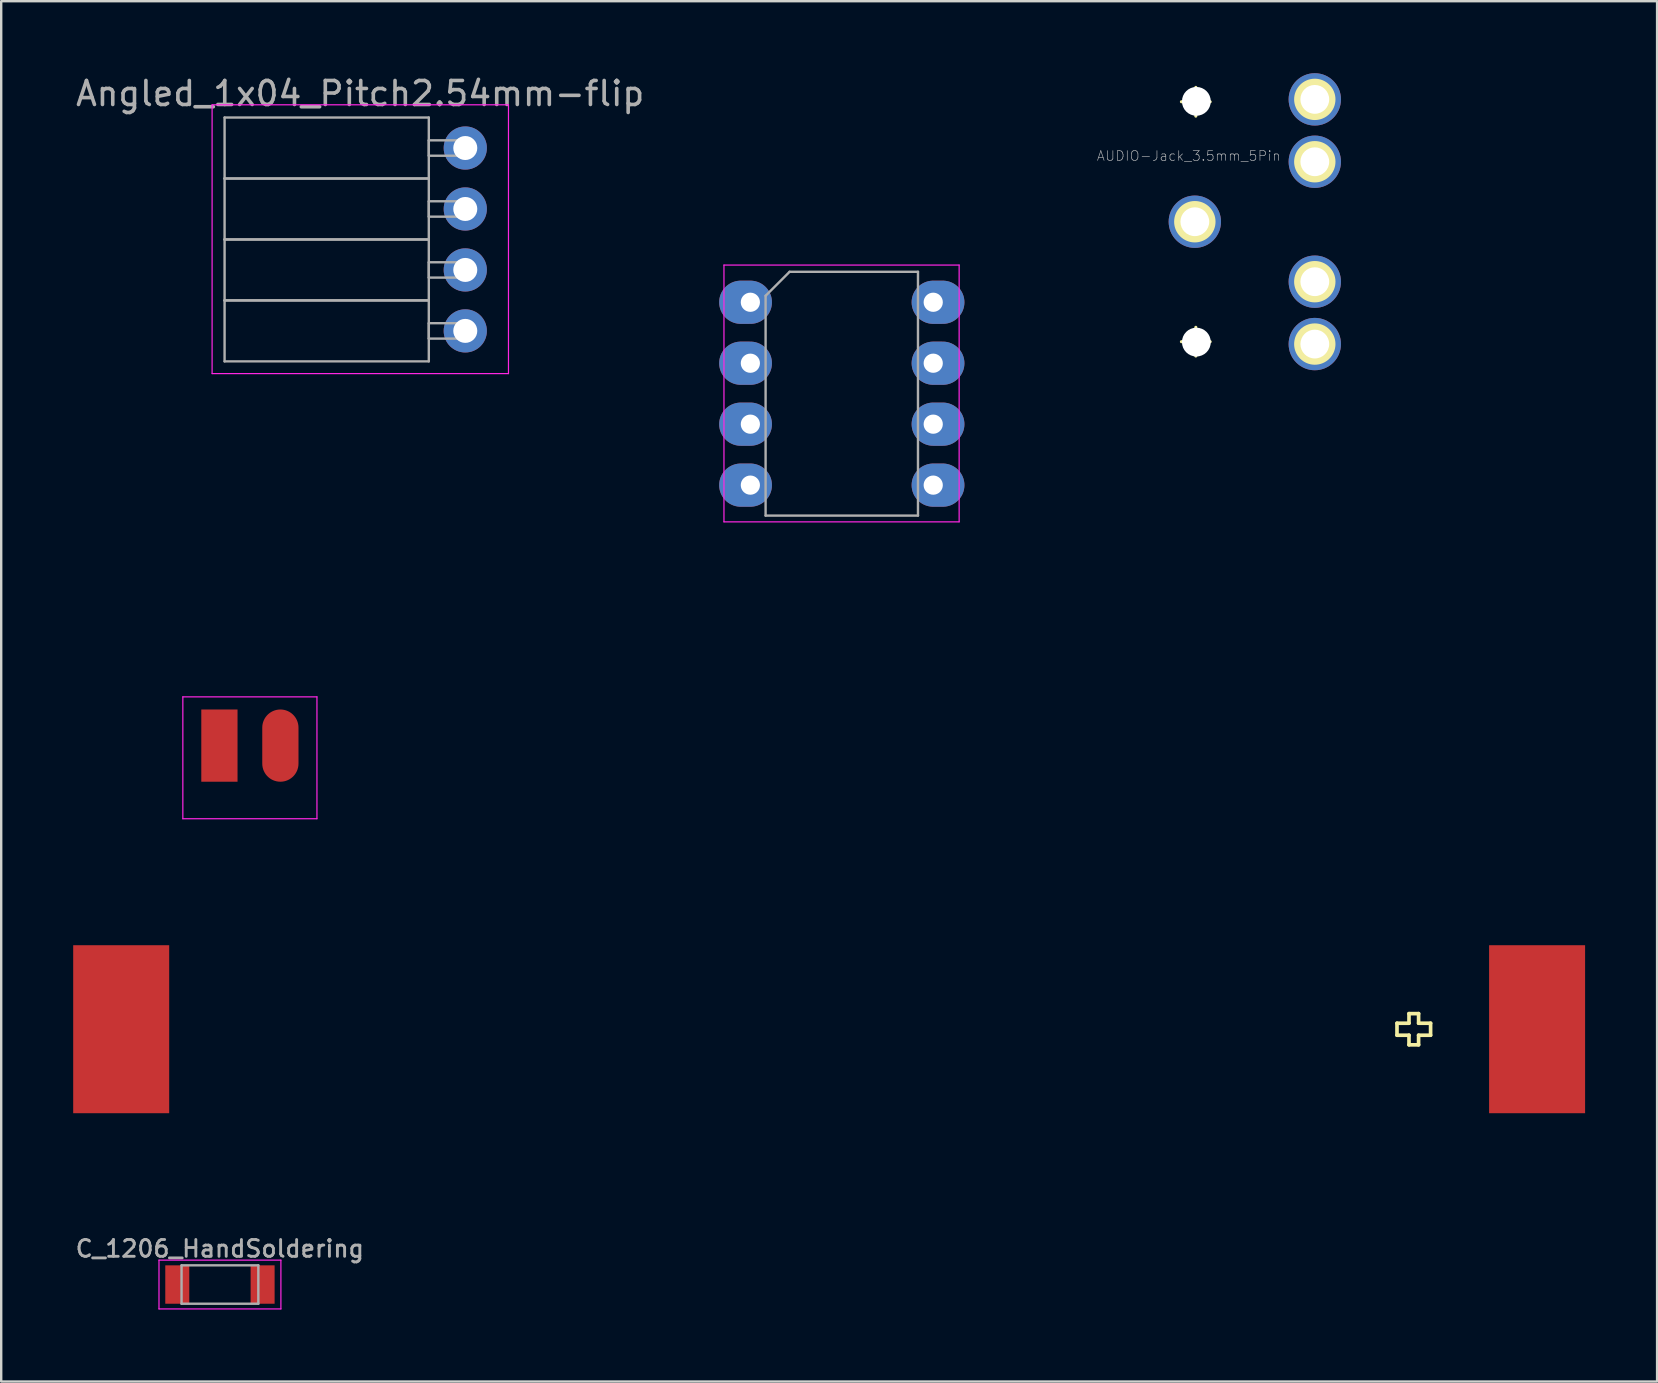
<source format=kicad_pcb>
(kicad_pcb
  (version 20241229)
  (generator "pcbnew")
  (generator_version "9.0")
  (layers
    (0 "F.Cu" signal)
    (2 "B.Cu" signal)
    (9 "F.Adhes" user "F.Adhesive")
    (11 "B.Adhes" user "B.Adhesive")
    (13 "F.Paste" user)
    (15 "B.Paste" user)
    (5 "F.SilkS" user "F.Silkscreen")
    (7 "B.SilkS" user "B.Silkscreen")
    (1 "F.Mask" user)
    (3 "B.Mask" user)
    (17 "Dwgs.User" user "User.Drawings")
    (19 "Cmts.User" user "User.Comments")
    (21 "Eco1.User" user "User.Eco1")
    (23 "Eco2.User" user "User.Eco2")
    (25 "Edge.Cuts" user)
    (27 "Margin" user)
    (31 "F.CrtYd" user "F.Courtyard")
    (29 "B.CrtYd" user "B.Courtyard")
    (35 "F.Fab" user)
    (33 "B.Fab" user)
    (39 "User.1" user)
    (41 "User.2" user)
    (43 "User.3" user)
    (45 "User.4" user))
  (footprint "C_1206_HandSoldering"
    (layer "F.Cu")
    (at 6.115 50.476)
    (property "Reference" "C_1206_HandSoldering" (at -0.005 -1.488 0) (layer "Eco2.User") (effects (font (size 0.7 0.7) (thickness 0.1))))
    (attr smd)
    (fp_line (start -2.54 -1.016) (end -2.54 1.016) (stroke (width 0.05) (type solid)) (layer "F.CrtYd"))
    (fp_line (start -2.54 -1.016) (end 2.54 -1.016) (stroke (width 0.05) (type solid)) (layer "F.CrtYd"))
    (fp_line (start 2.54 1.016) (end -2.54 1.016) (stroke (width 0.05) (type solid)) (layer "F.CrtYd"))
    (fp_line (start 2.54 1.016) (end 2.54 -1.016) (stroke (width 0.05) (type solid)) (layer "F.CrtYd"))
    (fp_line (start -1.6 -0.8) (end 1.6 -0.8) (stroke (width 0.1) (type solid)) (layer "F.Fab"))
    (fp_line (start -1.6 0.8) (end -1.6 -0.8) (stroke (width 0.1) (type solid)) (layer "F.Fab"))
    (fp_line (start 1.6 -0.8) (end 1.6 0.8) (stroke (width 0.1) (type solid)) (layer "F.Fab"))
    (fp_line (start 1.6 0.8) (end -1.6 0.8) (stroke (width 0.1) (type solid)) (layer "F.Fab"))
    (fp_text user "${REFERENCE}" (at -0.005 -1.494 0) (layer "F.Fab") (effects (font (size 0.7 0.7) (thickness 0.12))))
    (pad "1" smd rect (at -1.778 0) (size 1 1.6) (layers "F.Cu" "F.Mask" "F.Paste"))
    (pad "2" smd rect (at 1.778 0) (size 1 1.6) (layers "F.Cu" "F.Mask" "F.Paste")))
  (footprint "Bat_connector_SMD"
    (layer "F.Cu")
    (at 6.093 28.019)
    (property "Reference" "Bat_connector_SMD" (at 1.27 -2.54 0) (layer "Eco2.User") (effects (font (size 1 1) (thickness 0.15))))
    (attr through_hole)
    (fp_line (start -1.27 -1.778) (end -1.27 2.794) (stroke (width 0.12) (type solid)) (layer "Eco2.User"))
    (fp_line (start -1.27 -1.778) (end 3.81 -1.778) (stroke (width 0.12) (type solid)) (layer "Eco2.User"))
    (fp_line (start 3.81 -1.778) (end 3.81 2.794) (stroke (width 0.12) (type solid)) (layer "Eco2.User"))
    (fp_line (start 3.81 2.794) (end -1.27 2.794) (stroke (width 0.12) (type solid)) (layer "Eco2.User"))
    (fp_line (start -1.524 -2.032) (end -1.524 3.048) (stroke (width 0.05) (type solid)) (layer "F.CrtYd"))
    (fp_line (start -1.524 -2.032) (end 4.064 -2.032) (stroke (width 0.05) (type solid)) (layer "F.CrtYd"))
    (fp_line (start 4.064 3.048) (end -1.524 3.048) (stroke (width 0.05) (type solid)) (layer "F.CrtYd"))
    (fp_line (start 4.064 3.048) (end 4.064 -2.032) (stroke (width 0.05) (type solid)) (layer "F.CrtYd"))
    (fp_text user "+" (at 2.54 2.032 0) (layer "Eco2.User") (effects (font (size 1 1) (thickness 0.15))))
    (fp_text user "-" (at 0 2.032 0) (layer "Eco2.User") (effects (font (size 1 1) (thickness 0.15))))
    (pad "1" smd rect (at 0 0) (size 1.51 3.01) (layers "F.Cu" "F.Mask" "F.Paste"))
    (pad "2" smd oval (at 2.54 0) (size 1.51 3.01) (layers "F.Cu" "F.Mask" "F.Paste")))
  (footprint "AUDIO-Jack_3.5mm_5Pin"
    (layer "F.Cu")
    (at 46.738 6.189)
    (property "Reference" "AUDIO-Jack_3.5mm_5Pin" (at -0.254 -2.743 0) (layer "Dwgs.User") (effects (font (size 0.406 0.406) (thickness 0.025))))
    (attr exclude_from_pos_files exclude_from_bom)
    (fp_line (start -0.559 -4.999) (end 0.64 -4.999) (stroke (width 0.127) (type solid)) (layer "F.SilkS"))
    (fp_line (start -0.559 4.999) (end 0.64 4.999) (stroke (width 0.127) (type solid)) (layer "F.SilkS"))
    (fp_line (start 0.041 -4.399) (end 0.041 -5.598) (stroke (width 0.127) (type solid)) (layer "F.SilkS"))
    (fp_line (start 0.041 5.598) (end 0.041 4.399) (stroke (width 0.127) (type solid)) (layer "F.SilkS"))
    (fp_circle (center 0 0) (end -0.61 0.61) (stroke (width 0) (type solid)) (fill yes) (layer "F.SilkS"))
    (fp_circle (center 0 0) (end -0.33 0.33) (stroke (width 0) (type solid)) (fill yes) (layer "F.SilkS"))
    (fp_circle (center 0.041 -4.999) (end -0.259 -5.298) (stroke (width 0.127) (type solid)) (fill no) (layer "F.SilkS"))
    (fp_circle (center 0.041 4.999) (end -0.259 5.298) (stroke (width 0.127) (type solid)) (fill no) (layer "F.SilkS"))
    (fp_circle (center 4.999 -5.098) (end 5.329 -5.428) (stroke (width 0) (type solid)) (fill yes) (layer "F.SilkS"))
    (fp_circle (center 4.999 -5.098) (end 5.608 -5.707) (stroke (width 0) (type solid)) (fill yes) (layer "F.SilkS"))
    (fp_circle (center 4.999 -2.499) (end 5.329 -2.83) (stroke (width 0) (type solid)) (fill yes) (layer "F.SilkS"))
    (fp_circle (center 4.999 -2.499) (end 5.608 -3.109) (stroke (width 0) (type solid)) (fill yes) (layer "F.SilkS"))
    (fp_circle (center 4.999 2.499) (end 5.329 2.83) (stroke (width 0) (type solid)) (fill yes) (layer "F.SilkS"))
    (fp_circle (center 4.999 2.499) (end 5.608 3.109) (stroke (width 0) (type solid)) (fill yes) (layer "F.SilkS"))
    (fp_circle (center 4.999 5.098) (end 5.329 5.428) (stroke (width 0) (type solid)) (fill yes) (layer "F.SilkS"))
    (fp_circle (center 4.999 5.098) (end 5.608 5.707) (stroke (width 0) (type solid)) (fill yes) (layer "F.SilkS"))
    (fp_line (start -6.5 -3) (end -6.5 3) (stroke (width 0.203) (type solid)) (layer "Eco2.User"))
    (fp_line (start -6.5 -3) (end -4.498 -3) (stroke (width 0.203) (type solid)) (layer "Eco2.User"))
    (fp_line (start -6.5 3) (end -4.498 3) (stroke (width 0.203) (type solid)) (layer "Eco2.User"))
    (fp_line (start -4.498 -4.498) (end -4.498 -3) (stroke (width 0.203) (type solid)) (layer "Eco2.User"))
    (fp_line (start -4.498 -4.498) (end -3.498 -4.498) (stroke (width 0.203) (type solid)) (layer "Eco2.User"))
    (fp_line (start -4.498 3) (end -4.498 4.498) (stroke (width 0.203) (type solid)) (layer "Eco2.User"))
    (fp_line (start -4.498 4.498) (end -3.498 4.498) (stroke (width 0.203) (type solid)) (layer "Eco2.User"))
    (fp_line (start -3.498 -5.999) (end -3.498 5.999) (stroke (width 0.203) (type solid)) (layer "Eco2.User"))
    (fp_line (start -3.498 -5.999) (end 3.498 -5.999) (stroke (width 0.203) (type solid)) (layer "Eco2.User"))
    (fp_line (start -3.498 5.999) (end 3.498 5.999) (stroke (width 0.203) (type solid)) (layer "Eco2.User"))
    (fp_line (start 7.498 -5.999) (end 6.5 -5.999) (stroke (width 0.203) (type solid)) (layer "Eco2.User"))
    (fp_line (start 7.498 -5.999) (end 7.498 5.999) (stroke (width 0.203) (type solid)) (layer "Eco2.User"))
    (fp_line (start 7.498 5.999) (end 6.5 5.999) (stroke (width 0.203) (type solid)) (layer "Eco2.User"))
    (pad "" np_thru_hole circle (at 0.064 -5.016) (size 1.2 1.2) (drill 1.2) (layers "*.Cu" "*.Mask"))
    (pad "" np_thru_hole circle (at 0.064 5.016) (size 1.2 1.2) (drill 1.2) (layers "*.Cu" "*.Mask"))
    (pad "1" thru_hole circle (at 0 0) (size 2.182 2.182) (drill 1.2) (layers "*.Cu" "*.Mask"))
    (pad "2" thru_hole circle (at 4.999 5.098) (size 2.182 2.182) (drill 1.2) (layers "*.Cu" "*.Mask"))
    (pad "3" thru_hole circle (at 4.999 -5.098) (size 2.182 2.182) (drill 1.2) (layers "*.Cu" "*.Mask"))
    (pad "5" thru_hole circle (at 4.999 2.499) (size 2.182 2.182) (drill 1.2) (layers "*.Cu" "*.Mask"))
    (pad "6" thru_hole circle (at 4.999 -2.499) (size 2.182 2.182) (drill 1.2) (layers "*.Cu" "*.Mask")))
  (footprint "Angled_1x04_Pitch2.54mm-flip"
    (layer "F.Cu")
    (at 16.338 3.118)
    (property "Reference" "Angled_1x04_Pitch2.54mm-flip" (at -4.38 -2.27 0) (layer "Eco2.User") (effects (font (size 1 1) (thickness 0.15))))
    (attr through_hole)
    (fp_line (start -10.55 -1.8) (end 1.8 -1.8) (stroke (width 0.05) (type solid)) (layer "F.CrtYd"))
    (fp_line (start -10.55 9.4) (end -10.55 -1.8) (stroke (width 0.05) (type solid)) (layer "F.CrtYd"))
    (fp_line (start 1.8 -1.8) (end 1.8 9.4) (stroke (width 0.05) (type solid)) (layer "F.CrtYd"))
    (fp_line (start 1.8 9.4) (end -10.55 9.4) (stroke (width 0.05) (type solid)) (layer "F.CrtYd"))
    (fp_line (start -10.03 -1.27) (end -1.52 -1.27) (stroke (width 0.1) (type solid)) (layer "F.Fab"))
    (fp_line (start -10.03 1.27) (end -10.03 -1.27) (stroke (width 0.1) (type solid)) (layer "F.Fab"))
    (fp_line (start -10.03 1.27) (end -1.52 1.27) (stroke (width 0.1) (type solid)) (layer "F.Fab"))
    (fp_line (start -10.03 3.81) (end -10.03 1.27) (stroke (width 0.1) (type solid)) (layer "F.Fab"))
    (fp_line (start -10.03 3.81) (end -1.52 3.81) (stroke (width 0.1) (type solid)) (layer "F.Fab"))
    (fp_line (start -10.03 6.35) (end -10.03 3.81) (stroke (width 0.1) (type solid)) (layer "F.Fab"))
    (fp_line (start -10.03 6.35) (end -1.52 6.35) (stroke (width 0.1) (type solid)) (layer "F.Fab"))
    (fp_line (start -10.03 8.89) (end -10.03 6.35) (stroke (width 0.1) (type solid)) (layer "F.Fab"))
    (fp_line (start -1.52 -1.27) (end -1.52 1.27) (stroke (width 0.1) (type solid)) (layer "F.Fab"))
    (fp_line (start -1.52 -0.32) (end 0 -0.32) (stroke (width 0.1) (type solid)) (layer "F.Fab"))
    (fp_line (start -1.52 0.32) (end -1.52 -0.32) (stroke (width 0.1) (type solid)) (layer "F.Fab"))
    (fp_line (start -1.52 1.27) (end -10.03 1.27) (stroke (width 0.1) (type solid)) (layer "F.Fab"))
    (fp_line (start -1.52 1.27) (end -1.52 3.81) (stroke (width 0.1) (type solid)) (layer "F.Fab"))
    (fp_line (start -1.52 2.22) (end 0 2.22) (stroke (width 0.1) (type solid)) (layer "F.Fab"))
    (fp_line (start -1.52 2.86) (end -1.52 2.22) (stroke (width 0.1) (type solid)) (layer "F.Fab"))
    (fp_line (start -1.52 3.81) (end -10.03 3.81) (stroke (width 0.1) (type solid)) (layer "F.Fab"))
    (fp_line (start -1.52 3.81) (end -1.52 6.35) (stroke (width 0.1) (type solid)) (layer "F.Fab"))
    (fp_line (start -1.52 4.76) (end 0 4.76) (stroke (width 0.1) (type solid)) (layer "F.Fab"))
    (fp_line (start -1.52 5.4) (end -1.52 4.76) (stroke (width 0.1) (type solid)) (layer "F.Fab"))
    (fp_line (start -1.52 6.35) (end -10.03 6.35) (stroke (width 0.1) (type solid)) (layer "F.Fab"))
    (fp_line (start -1.52 6.35) (end -1.52 8.89) (stroke (width 0.1) (type solid)) (layer "F.Fab"))
    (fp_line (start -1.52 7.3) (end 0 7.3) (stroke (width 0.1) (type solid)) (layer "F.Fab"))
    (fp_line (start -1.52 7.94) (end -1.52 7.3) (stroke (width 0.1) (type solid)) (layer "F.Fab"))
    (fp_line (start -1.52 8.89) (end -10.03 8.89) (stroke (width 0.1) (type solid)) (layer "F.Fab"))
    (fp_line (start 0 -0.32) (end 0 0.32) (stroke (width 0.1) (type solid)) (layer "F.Fab"))
    (fp_line (start 0 0.32) (end -1.52 0.32) (stroke (width 0.1) (type solid)) (layer "F.Fab"))
    (fp_line (start 0 2.22) (end 0 2.86) (stroke (width 0.1) (type solid)) (layer "F.Fab"))
    (fp_line (start 0 2.86) (end -1.52 2.86) (stroke (width 0.1) (type solid)) (layer "F.Fab"))
    (fp_line (start 0 4.76) (end 0 5.4) (stroke (width 0.1) (type solid)) (layer "F.Fab"))
    (fp_line (start 0 5.4) (end -1.52 5.4) (stroke (width 0.1) (type solid)) (layer "F.Fab"))
    (fp_line (start 0 7.3) (end 0 7.94) (stroke (width 0.1) (type solid)) (layer "F.Fab"))
    (fp_line (start 0 7.94) (end -1.52 7.94) (stroke (width 0.1) (type solid)) (layer "F.Fab"))
    (fp_text user "${REFERENCE}" (at -4.38 -2.27 0) (layer "F.Fab") (effects (font (size 1 1) (thickness 0.15))))
    (pad "1" thru_hole circle (at 0 7.62) (size 1.8 1.8) (drill 1) (layers "*.Cu" "*.Mask"))
    (pad "2" thru_hole circle (at 0 5.08) (size 1.8 1.8) (drill 1) (layers "*.Cu" "*.Mask"))
    (pad "3" thru_hole circle (at 0 2.54) (size 1.8 1.8) (drill 1) (layers "*.Cu" "*.Mask"))
    (pad "4" thru_hole circle (at 0 0) (size 1.8 1.8) (drill 1) (layers "*.Cu" "*.Mask")))
  (footprint "BAT_Holder_AAA-new_noHole"
    (layer "F.Cu")
    (at 31.5 39.953)
    (property "Reference" "BAT_Holder_AAA-new_noHole" (at 0 -3.81 0) (layer "Eco2.User") (effects (font (size 1 1) (thickness 0.15))))
    (attr through_hole)
    (fp_line (start 23.662 0.134) (end 23.662 -0.366) (stroke (width 0.152) (type solid)) (layer "F.SilkS"))
    (fp_line (start 23.662 0.134) (end 24.162 0.134) (stroke (width 0.152) (type solid)) (layer "F.SilkS"))
    (fp_line (start 24.162 -0.766) (end 24.562 -0.766) (stroke (width 0.152) (type solid)) (layer "F.SilkS"))
    (fp_line (start 24.162 -0.366) (end 23.662 -0.366) (stroke (width 0.152) (type solid)) (layer "F.SilkS"))
    (fp_line (start 24.162 -0.366) (end 24.162 -0.766) (stroke (width 0.152) (type solid)) (layer "F.SilkS"))
    (fp_line (start 24.162 0.534) (end 24.162 0.134) (stroke (width 0.152) (type solid)) (layer "F.SilkS"))
    (fp_line (start 24.562 -0.766) (end 24.562 -0.366) (stroke (width 0.152) (type solid)) (layer "F.SilkS"))
    (fp_line (start 24.562 -0.366) (end 25.062 -0.366) (stroke (width 0.152) (type solid)) (layer "F.SilkS"))
    (fp_line (start 24.562 0.134) (end 24.562 0.534) (stroke (width 0.152) (type solid)) (layer "F.SilkS"))
    (fp_line (start 24.562 0.534) (end 24.162 0.534) (stroke (width 0.152) (type solid)) (layer "F.SilkS"))
    (fp_line (start 25.062 -0.366) (end 25.062 0.134) (stroke (width 0.152) (type solid)) (layer "F.SilkS"))
    (fp_line (start 25.062 0.134) (end 24.562 0.134) (stroke (width 0.152) (type solid)) (layer "F.SilkS"))
    (fp_line (start -27.18 -5.786) (end -27.178 5.334) (stroke (width 0.15) (type solid)) (layer "Eco2.User"))
    (fp_line (start -27.18 -5.786) (end 27.18 -5.786) (stroke (width 0.15) (type solid)) (layer "Eco2.User"))
    (fp_line (start -27.18 5.334) (end 27.18 5.334) (stroke (width 0.15) (type solid)) (layer "Eco2.User"))
    (fp_line (start 27.178 5.334) (end 27.18 -5.786) (stroke (width 0.15) (type solid)) (layer "Eco2.User"))
    (fp_line (start 31 -0.116) (end -31 -0.116) (stroke (width 0.152) (type solid)) (layer "Eco2.User"))
    (pad "1" smd rect (at 29.5 -0.116) (size 4 7) (layers "F.Cu" "F.Mask" "F.Paste"))
    (pad "2" smd rect (at -29.5 -0.116) (size 4 7) (layers "F.Cu" "F.Mask" "F.Paste")))
  (footprint "Attiny_DIP-8_W7.62mm_mod"
    (layer "F.Cu")
    (at 28.217 9.545)
    (property "Reference" "Attiny_DIP-8_W7.62mm_mod" (at 3.81 1.27 90) (layer "Eco2.User") (effects (font (size 1 1) (thickness 0.15))))
    (attr through_hole)
    (fp_line (start -1.1 -1.55) (end -1.1 9.15) (stroke (width 0.05) (type solid)) (layer "F.CrtYd"))
    (fp_line (start -1.1 9.15) (end 8.7 9.15) (stroke (width 0.05) (type solid)) (layer "F.CrtYd"))
    (fp_line (start 8.7 -1.55) (end -1.1 -1.55) (stroke (width 0.05) (type solid)) (layer "F.CrtYd"))
    (fp_line (start 8.7 9.15) (end 8.7 -1.55) (stroke (width 0.05) (type solid)) (layer "F.CrtYd"))
    (fp_line (start 0.635 -0.27) (end 1.635 -1.27) (stroke (width 0.1) (type solid)) (layer "F.Fab"))
    (fp_line (start 0.635 8.89) (end 0.635 -0.27) (stroke (width 0.1) (type solid)) (layer "F.Fab"))
    (fp_line (start 1.635 -1.27) (end 6.985 -1.27) (stroke (width 0.1) (type solid)) (layer "F.Fab"))
    (fp_line (start 6.985 -1.27) (end 6.985 8.89) (stroke (width 0.1) (type solid)) (layer "F.Fab"))
    (fp_line (start 6.985 8.89) (end 0.635 8.89) (stroke (width 0.1) (type solid)) (layer "F.Fab"))
    (pad "1" thru_hole oval (at 0 0) (size 2.2 1.8) (drill 0.8 (offset -0.2 0)) (layers "B.Cu" "B.Mask"))
    (pad "2" thru_hole oval (at 0 2.54) (size 2.2 1.8) (drill 0.8 (offset -0.2 0)) (layers "B.Cu" "B.Mask"))
    (pad "3" thru_hole oval (at 0 5.08) (size 2.2 1.8) (drill 0.8 (offset -0.2 0)) (layers "B.Cu" "B.Mask"))
    (pad "4" thru_hole oval (at 0 7.62) (size 2.2 1.8) (drill 0.8 (offset -0.2 0)) (layers "B.Cu" "B.Mask"))
    (pad "5" thru_hole oval (at 7.62 7.62) (size 2.2 1.8) (drill 0.8 (offset 0.2 0)) (layers "B.Cu" "B.Mask"))
    (pad "6" thru_hole oval (at 7.62 5.08) (size 2.2 1.8) (drill 0.8 (offset 0.2 0)) (layers "B.Cu" "B.Mask"))
    (pad "7" thru_hole oval (at 7.62 2.54) (size 2.2 1.8) (drill 0.8 (offset 0.2 0)) (layers "B.Cu" "B.Mask"))
    (pad "8" thru_hole oval (at 7.62 0) (size 2.2 1.8) (drill 0.8 (offset 0.2 0)) (layers "B.Cu" "B.Mask")))
  (gr_rect
    (start -3 -3)
    (end 66 54.517)
    (stroke (width 0.1) (type default))
    (fill no)
    (layer "Edge.Cuts")))
</source>
